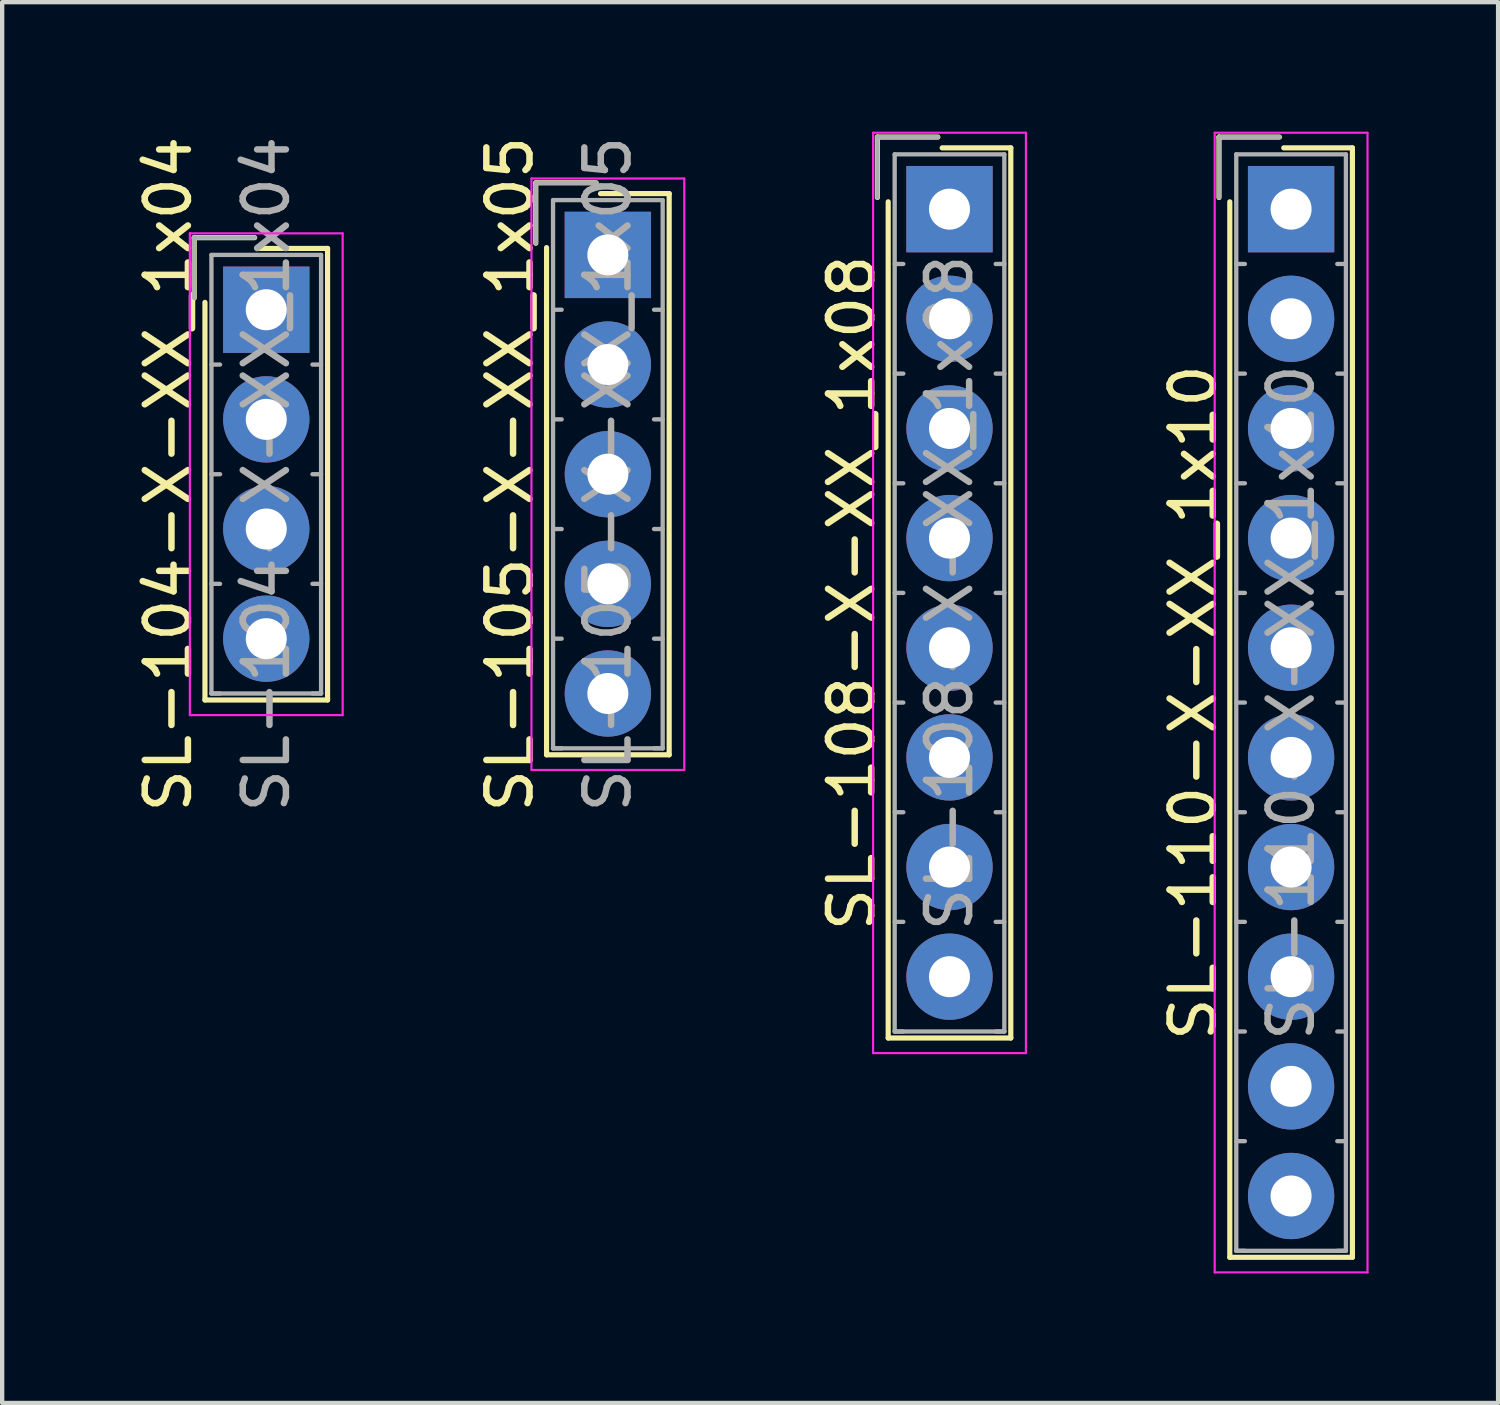
<source format=kicad_pcb>
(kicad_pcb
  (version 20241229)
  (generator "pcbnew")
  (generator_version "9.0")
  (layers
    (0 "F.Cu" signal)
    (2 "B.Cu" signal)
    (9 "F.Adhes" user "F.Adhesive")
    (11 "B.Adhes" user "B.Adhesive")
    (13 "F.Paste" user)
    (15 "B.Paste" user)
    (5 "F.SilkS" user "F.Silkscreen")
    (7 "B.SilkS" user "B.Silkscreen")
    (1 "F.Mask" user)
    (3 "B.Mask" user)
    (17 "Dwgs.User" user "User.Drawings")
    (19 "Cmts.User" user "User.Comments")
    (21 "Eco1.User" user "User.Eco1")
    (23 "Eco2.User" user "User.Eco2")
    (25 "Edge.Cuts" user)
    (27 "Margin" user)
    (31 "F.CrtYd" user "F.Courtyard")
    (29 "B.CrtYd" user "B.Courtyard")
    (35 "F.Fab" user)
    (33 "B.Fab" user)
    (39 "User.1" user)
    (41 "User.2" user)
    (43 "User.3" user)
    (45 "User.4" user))
  (footprint "SL-108-X-XX_1x08"
    (layer "F.Cu")
    (at 18.945 1.795)
    (property "Reference" "SL-108-X-XX_1x08" (at -2.27 8.89 90) (layer "F.SilkS") (effects (font (size 1 1) (thickness 0.15))))
    (attr through_hole)
    (fp_line (start -1.67 -1.67) (end -1.67 -0.27) (stroke (width 0.12) (type solid)) (layer "F.SilkS"))
    (fp_line (start -1.42 19.2) (end -1.42 -0.17) (stroke (width 0.12) (type solid)) (layer "F.SilkS"))
    (fp_line (start -0.27 -1.67) (end -1.67 -1.67) (stroke (width 0.12) (type solid)) (layer "F.SilkS"))
    (fp_line (start -0.17 -1.42) (end 1.42 -1.42) (stroke (width 0.12) (type solid)) (layer "F.SilkS"))
    (fp_line (start 1.42 -1.42) (end 1.42 19.2) (stroke (width 0.12) (type solid)) (layer "F.SilkS"))
    (fp_line (start 1.42 19.2) (end -1.42 19.2) (stroke (width 0.12) (type solid)) (layer "F.SilkS"))
    (fp_line (start -1.77 -1.77) (end -1.77 19.55) (stroke (width 0.05) (type solid)) (layer "F.CrtYd"))
    (fp_line (start -1.77 19.55) (end 1.77 19.55) (stroke (width 0.05) (type solid)) (layer "F.CrtYd"))
    (fp_line (start 1.77 -1.77) (end -1.77 -1.77) (stroke (width 0.05) (type solid)) (layer "F.CrtYd"))
    (fp_line (start 1.77 19.55) (end 1.77 -1.77) (stroke (width 0.05) (type solid)) (layer "F.CrtYd"))
    (fp_line (start -1.67 -1.67) (end -1.67 -0.27) (stroke (width 0.1) (type solid)) (layer "F.Fab"))
    (fp_line (start -1.27 -1.27) (end -1.27 19.05) (stroke (width 0.1) (type solid)) (layer "F.Fab"))
    (fp_line (start -1.27 1.27) (end -1.07 1.27) (stroke (width 0.1) (type solid)) (layer "F.Fab"))
    (fp_line (start -1.27 3.81) (end -1.07 3.81) (stroke (width 0.1) (type solid)) (layer "F.Fab"))
    (fp_line (start -1.27 6.35) (end -1.07 6.35) (stroke (width 0.1) (type solid)) (layer "F.Fab"))
    (fp_line (start -1.27 8.89) (end -1.07 8.89) (stroke (width 0.1) (type solid)) (layer "F.Fab"))
    (fp_line (start -1.27 11.43) (end -1.07 11.43) (stroke (width 0.1) (type solid)) (layer "F.Fab"))
    (fp_line (start -1.27 13.97) (end -1.07 13.97) (stroke (width 0.1) (type solid)) (layer "F.Fab"))
    (fp_line (start -1.27 16.51) (end -1.07 16.51) (stroke (width 0.1) (type solid)) (layer "F.Fab"))
    (fp_line (start -1.27 19.05) (end -1.07 19.05) (stroke (width 0.1) (type solid)) (layer "F.Fab"))
    (fp_line (start -1.27 19.05) (end 1.27 19.05) (stroke (width 0.1) (type solid)) (layer "F.Fab"))
    (fp_line (start -0.27 -1.67) (end -1.67 -1.67) (stroke (width 0.1) (type solid)) (layer "F.Fab"))
    (fp_line (start 1.27 -1.27) (end -1.27 -1.27) (stroke (width 0.1) (type solid)) (layer "F.Fab"))
    (fp_line (start 1.27 1.27) (end 1.07 1.27) (stroke (width 0.1) (type solid)) (layer "F.Fab"))
    (fp_line (start 1.27 3.81) (end 1.07 3.81) (stroke (width 0.1) (type solid)) (layer "F.Fab"))
    (fp_line (start 1.27 6.35) (end 1.07 6.35) (stroke (width 0.1) (type solid)) (layer "F.Fab"))
    (fp_line (start 1.27 8.89) (end 1.07 8.89) (stroke (width 0.1) (type solid)) (layer "F.Fab"))
    (fp_line (start 1.27 11.43) (end 1.07 11.43) (stroke (width 0.1) (type solid)) (layer "F.Fab"))
    (fp_line (start 1.27 13.97) (end 1.07 13.97) (stroke (width 0.1) (type solid)) (layer "F.Fab"))
    (fp_line (start 1.27 16.51) (end 1.07 16.51) (stroke (width 0.1) (type solid)) (layer "F.Fab"))
    (fp_line (start 1.27 19.05) (end 1.07 19.05) (stroke (width 0.1) (type solid)) (layer "F.Fab"))
    (fp_line (start 1.27 19.05) (end 1.27 -1.27) (stroke (width 0.1) (type solid)) (layer "F.Fab"))
    (fp_text user "${REFERENCE}" (at 0 8.89 90) (layer "F.Fab") (effects (font (size 1 1) (thickness 0.15))))
    (pad "1" thru_hole rect (at 0 0) (size 2 2) (drill 0.95) (layers "*.Cu" "*.Mask"))
    (pad "2" thru_hole circle (at 0 2.54) (size 2 2) (drill 0.95) (layers "*.Cu" "*.Mask"))
    (pad "3" thru_hole circle (at 0 5.08) (size 2 2) (drill 0.95) (layers "*.Cu" "*.Mask"))
    (pad "4" thru_hole circle (at 0 7.62) (size 2 2) (drill 0.95) (layers "*.Cu" "*.Mask"))
    (pad "5" thru_hole circle (at 0 10.16) (size 2 2) (drill 0.95) (layers "*.Cu" "*.Mask"))
    (pad "6" thru_hole circle (at 0 12.7) (size 2 2) (drill 0.95) (layers "*.Cu" "*.Mask"))
    (pad "7" thru_hole circle (at 0 15.24) (size 2 2) (drill 0.95) (layers "*.Cu" "*.Mask"))
    (pad "8" thru_hole circle (at 0 17.78) (size 2 2) (drill 0.95) (layers "*.Cu" "*.Mask")))
  (footprint "SL-104-X-XX_1x04"
    (layer "F.Cu")
    (at 3.118 4.125)
    (property "Reference" "SL-104-X-XX_1x04" (at -2.27 3.81 90) (layer "F.SilkS") (effects (font (size 1 1) (thickness 0.15))))
    (attr through_hole)
    (fp_line (start -1.67 -1.67) (end -1.67 -0.27) (stroke (width 0.12) (type solid)) (layer "F.SilkS"))
    (fp_line (start -1.42 9.04) (end -1.42 -0.17) (stroke (width 0.12) (type solid)) (layer "F.SilkS"))
    (fp_line (start -0.27 -1.67) (end -1.67 -1.67) (stroke (width 0.12) (type solid)) (layer "F.SilkS"))
    (fp_line (start -0.17 -1.42) (end 1.42 -1.42) (stroke (width 0.12) (type solid)) (layer "F.SilkS"))
    (fp_line (start 1.42 -1.42) (end 1.42 9.04) (stroke (width 0.12) (type solid)) (layer "F.SilkS"))
    (fp_line (start 1.42 9.04) (end -1.42 9.04) (stroke (width 0.12) (type solid)) (layer "F.SilkS"))
    (fp_line (start -1.77 -1.77) (end -1.77 9.39) (stroke (width 0.05) (type solid)) (layer "F.CrtYd"))
    (fp_line (start -1.77 9.39) (end 1.77 9.39) (stroke (width 0.05) (type solid)) (layer "F.CrtYd"))
    (fp_line (start 1.77 -1.77) (end -1.77 -1.77) (stroke (width 0.05) (type solid)) (layer "F.CrtYd"))
    (fp_line (start 1.77 9.39) (end 1.77 -1.77) (stroke (width 0.05) (type solid)) (layer "F.CrtYd"))
    (fp_line (start -1.67 -1.67) (end -1.67 -0.27) (stroke (width 0.1) (type solid)) (layer "F.Fab"))
    (fp_line (start -1.27 -1.27) (end -1.27 8.89) (stroke (width 0.1) (type solid)) (layer "F.Fab"))
    (fp_line (start -1.27 1.27) (end -1.07 1.27) (stroke (width 0.1) (type solid)) (layer "F.Fab"))
    (fp_line (start -1.27 3.81) (end -1.07 3.81) (stroke (width 0.1) (type solid)) (layer "F.Fab"))
    (fp_line (start -1.27 6.35) (end -1.07 6.35) (stroke (width 0.1) (type solid)) (layer "F.Fab"))
    (fp_line (start -1.27 8.89) (end -1.07 8.89) (stroke (width 0.1) (type solid)) (layer "F.Fab"))
    (fp_line (start -1.27 8.89) (end 1.27 8.89) (stroke (width 0.1) (type solid)) (layer "F.Fab"))
    (fp_line (start -0.27 -1.67) (end -1.67 -1.67) (stroke (width 0.1) (type solid)) (layer "F.Fab"))
    (fp_line (start 1.27 -1.27) (end -1.27 -1.27) (stroke (width 0.1) (type solid)) (layer "F.Fab"))
    (fp_line (start 1.27 1.27) (end 1.07 1.27) (stroke (width 0.1) (type solid)) (layer "F.Fab"))
    (fp_line (start 1.27 3.81) (end 1.07 3.81) (stroke (width 0.1) (type solid)) (layer "F.Fab"))
    (fp_line (start 1.27 6.35) (end 1.07 6.35) (stroke (width 0.1) (type solid)) (layer "F.Fab"))
    (fp_line (start 1.27 8.89) (end 1.07 8.89) (stroke (width 0.1) (type solid)) (layer "F.Fab"))
    (fp_line (start 1.27 8.89) (end 1.27 -1.27) (stroke (width 0.1) (type solid)) (layer "F.Fab"))
    (fp_text user "${REFERENCE}" (at 0 3.81 90) (layer "F.Fab") (effects (font (size 1 1) (thickness 0.15))))
    (pad "1" thru_hole rect (at 0 0) (size 2 2) (drill 0.95) (layers "*.Cu" "*.Mask"))
    (pad "2" thru_hole circle (at 0 2.54) (size 2 2) (drill 0.95) (layers "*.Cu" "*.Mask"))
    (pad "3" thru_hole circle (at 0 5.08) (size 2 2) (drill 0.95) (layers "*.Cu" "*.Mask"))
    (pad "4" thru_hole circle (at 0 7.62) (size 2 2) (drill 0.95) (layers "*.Cu" "*.Mask")))
  (footprint "SL-110-X-XX_1x10"
    (layer "F.Cu")
    (at 26.858 1.795)
    (property "Reference" "SL-110-X-XX_1x10" (at -2.27 11.43 90) (layer "F.SilkS") (effects (font (size 1 1) (thickness 0.15))))
    (attr through_hole)
    (fp_line (start -1.67 -1.67) (end -1.67 -0.27) (stroke (width 0.12) (type solid)) (layer "F.SilkS"))
    (fp_line (start -1.42 24.28) (end -1.42 -0.17) (stroke (width 0.12) (type solid)) (layer "F.SilkS"))
    (fp_line (start -0.27 -1.67) (end -1.67 -1.67) (stroke (width 0.12) (type solid)) (layer "F.SilkS"))
    (fp_line (start -0.17 -1.42) (end 1.42 -1.42) (stroke (width 0.12) (type solid)) (layer "F.SilkS"))
    (fp_line (start 1.42 -1.42) (end 1.42 24.28) (stroke (width 0.12) (type solid)) (layer "F.SilkS"))
    (fp_line (start 1.42 24.28) (end -1.42 24.28) (stroke (width 0.12) (type solid)) (layer "F.SilkS"))
    (fp_line (start -1.77 -1.77) (end -1.77 24.63) (stroke (width 0.05) (type solid)) (layer "F.CrtYd"))
    (fp_line (start -1.77 24.63) (end 1.77 24.63) (stroke (width 0.05) (type solid)) (layer "F.CrtYd"))
    (fp_line (start 1.77 -1.77) (end -1.77 -1.77) (stroke (width 0.05) (type solid)) (layer "F.CrtYd"))
    (fp_line (start 1.77 24.63) (end 1.77 -1.77) (stroke (width 0.05) (type solid)) (layer "F.CrtYd"))
    (fp_line (start -1.67 -1.67) (end -1.67 -0.27) (stroke (width 0.1) (type solid)) (layer "F.Fab"))
    (fp_line (start -1.27 -1.27) (end -1.27 24.13) (stroke (width 0.1) (type solid)) (layer "F.Fab"))
    (fp_line (start -1.27 1.27) (end -1.07 1.27) (stroke (width 0.1) (type solid)) (layer "F.Fab"))
    (fp_line (start -1.27 3.81) (end -1.07 3.81) (stroke (width 0.1) (type solid)) (layer "F.Fab"))
    (fp_line (start -1.27 6.35) (end -1.07 6.35) (stroke (width 0.1) (type solid)) (layer "F.Fab"))
    (fp_line (start -1.27 8.89) (end -1.07 8.89) (stroke (width 0.1) (type solid)) (layer "F.Fab"))
    (fp_line (start -1.27 11.43) (end -1.07 11.43) (stroke (width 0.1) (type solid)) (layer "F.Fab"))
    (fp_line (start -1.27 13.97) (end -1.07 13.97) (stroke (width 0.1) (type solid)) (layer "F.Fab"))
    (fp_line (start -1.27 16.51) (end -1.07 16.51) (stroke (width 0.1) (type solid)) (layer "F.Fab"))
    (fp_line (start -1.27 19.05) (end -1.07 19.05) (stroke (width 0.1) (type solid)) (layer "F.Fab"))
    (fp_line (start -1.27 21.59) (end -1.07 21.59) (stroke (width 0.1) (type solid)) (layer "F.Fab"))
    (fp_line (start -1.27 24.13) (end -1.07 24.13) (stroke (width 0.1) (type solid)) (layer "F.Fab"))
    (fp_line (start -1.27 24.13) (end 1.27 24.13) (stroke (width 0.1) (type solid)) (layer "F.Fab"))
    (fp_line (start -0.27 -1.67) (end -1.67 -1.67) (stroke (width 0.1) (type solid)) (layer "F.Fab"))
    (fp_line (start 1.27 -1.27) (end -1.27 -1.27) (stroke (width 0.1) (type solid)) (layer "F.Fab"))
    (fp_line (start 1.27 1.27) (end 1.07 1.27) (stroke (width 0.1) (type solid)) (layer "F.Fab"))
    (fp_line (start 1.27 3.81) (end 1.07 3.81) (stroke (width 0.1) (type solid)) (layer "F.Fab"))
    (fp_line (start 1.27 6.35) (end 1.07 6.35) (stroke (width 0.1) (type solid)) (layer "F.Fab"))
    (fp_line (start 1.27 8.89) (end 1.07 8.89) (stroke (width 0.1) (type solid)) (layer "F.Fab"))
    (fp_line (start 1.27 11.43) (end 1.07 11.43) (stroke (width 0.1) (type solid)) (layer "F.Fab"))
    (fp_line (start 1.27 13.97) (end 1.07 13.97) (stroke (width 0.1) (type solid)) (layer "F.Fab"))
    (fp_line (start 1.27 16.51) (end 1.07 16.51) (stroke (width 0.1) (type solid)) (layer "F.Fab"))
    (fp_line (start 1.27 19.05) (end 1.07 19.05) (stroke (width 0.1) (type solid)) (layer "F.Fab"))
    (fp_line (start 1.27 21.59) (end 1.07 21.59) (stroke (width 0.1) (type solid)) (layer "F.Fab"))
    (fp_line (start 1.27 24.13) (end 1.07 24.13) (stroke (width 0.1) (type solid)) (layer "F.Fab"))
    (fp_line (start 1.27 24.13) (end 1.27 -1.27) (stroke (width 0.1) (type solid)) (layer "F.Fab"))
    (fp_text user "${REFERENCE}" (at 0 11.43 90) (layer "F.Fab") (effects (font (size 1 1) (thickness 0.15))))
    (pad "1" thru_hole rect (at 0 0) (size 2 2) (drill 0.95) (layers "*.Cu" "*.Mask"))
    (pad "2" thru_hole circle (at 0 2.54) (size 2 2) (drill 0.95) (layers "*.Cu" "*.Mask"))
    (pad "3" thru_hole circle (at 0 5.08) (size 2 2) (drill 0.95) (layers "*.Cu" "*.Mask"))
    (pad "4" thru_hole circle (at 0 7.62) (size 2 2) (drill 0.95) (layers "*.Cu" "*.Mask"))
    (pad "5" thru_hole circle (at 0 10.16) (size 2 2) (drill 0.95) (layers "*.Cu" "*.Mask"))
    (pad "6" thru_hole circle (at 0 12.7) (size 2 2) (drill 0.95) (layers "*.Cu" "*.Mask"))
    (pad "7" thru_hole circle (at 0 15.24) (size 2 2) (drill 0.95) (layers "*.Cu" "*.Mask"))
    (pad "8" thru_hole circle (at 0 17.78) (size 2 2) (drill 0.95) (layers "*.Cu" "*.Mask"))
    (pad "9" thru_hole circle (at 0 20.32) (size 2 2) (drill 0.95) (layers "*.Cu" "*.Mask"))
    (pad "10" thru_hole circle (at 0 22.86) (size 2 2) (drill 0.95) (layers "*.Cu" "*.Mask")))
  (footprint "SL-105-X-XX_1x05"
    (layer "F.Cu")
    (at 11.031 2.855)
    (property "Reference" "SL-105-X-XX_1x05" (at -2.27 5.08 90) (layer "F.SilkS") (effects (font (size 1 1) (thickness 0.15))))
    (attr through_hole)
    (fp_line (start -1.67 -1.67) (end -1.67 -0.27) (stroke (width 0.12) (type solid)) (layer "F.SilkS"))
    (fp_line (start -1.42 11.58) (end -1.42 -0.17) (stroke (width 0.12) (type solid)) (layer "F.SilkS"))
    (fp_line (start -0.27 -1.67) (end -1.67 -1.67) (stroke (width 0.12) (type solid)) (layer "F.SilkS"))
    (fp_line (start -0.17 -1.42) (end 1.42 -1.42) (stroke (width 0.12) (type solid)) (layer "F.SilkS"))
    (fp_line (start 1.42 -1.42) (end 1.42 11.58) (stroke (width 0.12) (type solid)) (layer "F.SilkS"))
    (fp_line (start 1.42 11.58) (end -1.42 11.58) (stroke (width 0.12) (type solid)) (layer "F.SilkS"))
    (fp_line (start -1.77 -1.77) (end -1.77 11.93) (stroke (width 0.05) (type solid)) (layer "F.CrtYd"))
    (fp_line (start -1.77 11.93) (end 1.77 11.93) (stroke (width 0.05) (type solid)) (layer "F.CrtYd"))
    (fp_line (start 1.77 -1.77) (end -1.77 -1.77) (stroke (width 0.05) (type solid)) (layer "F.CrtYd"))
    (fp_line (start 1.77 11.93) (end 1.77 -1.77) (stroke (width 0.05) (type solid)) (layer "F.CrtYd"))
    (fp_line (start -1.67 -1.67) (end -1.67 -0.27) (stroke (width 0.1) (type solid)) (layer "F.Fab"))
    (fp_line (start -1.27 -1.27) (end -1.27 11.43) (stroke (width 0.1) (type solid)) (layer "F.Fab"))
    (fp_line (start -1.27 1.27) (end -1.07 1.27) (stroke (width 0.1) (type solid)) (layer "F.Fab"))
    (fp_line (start -1.27 3.81) (end -1.07 3.81) (stroke (width 0.1) (type solid)) (layer "F.Fab"))
    (fp_line (start -1.27 6.35) (end -1.07 6.35) (stroke (width 0.1) (type solid)) (layer "F.Fab"))
    (fp_line (start -1.27 8.89) (end -1.07 8.89) (stroke (width 0.1) (type solid)) (layer "F.Fab"))
    (fp_line (start -1.27 11.43) (end -1.07 11.43) (stroke (width 0.1) (type solid)) (layer "F.Fab"))
    (fp_line (start -1.27 11.43) (end 1.27 11.43) (stroke (width 0.1) (type solid)) (layer "F.Fab"))
    (fp_line (start -0.27 -1.67) (end -1.67 -1.67) (stroke (width 0.1) (type solid)) (layer "F.Fab"))
    (fp_line (start 1.27 -1.27) (end -1.27 -1.27) (stroke (width 0.1) (type solid)) (layer "F.Fab"))
    (fp_line (start 1.27 1.27) (end 1.07 1.27) (stroke (width 0.1) (type solid)) (layer "F.Fab"))
    (fp_line (start 1.27 3.81) (end 1.07 3.81) (stroke (width 0.1) (type solid)) (layer "F.Fab"))
    (fp_line (start 1.27 6.35) (end 1.07 6.35) (stroke (width 0.1) (type solid)) (layer "F.Fab"))
    (fp_line (start 1.27 8.89) (end 1.07 8.89) (stroke (width 0.1) (type solid)) (layer "F.Fab"))
    (fp_line (start 1.27 11.43) (end 1.07 11.43) (stroke (width 0.1) (type solid)) (layer "F.Fab"))
    (fp_line (start 1.27 11.43) (end 1.27 -1.27) (stroke (width 0.1) (type solid)) (layer "F.Fab"))
    (fp_text user "${REFERENCE}" (at 0 5.08 90) (layer "F.Fab") (effects (font (size 1 1) (thickness 0.15))))
    (pad "1" thru_hole rect (at 0 0) (size 2 2) (drill 0.95) (layers "*.Cu" "*.Mask"))
    (pad "2" thru_hole circle (at 0 2.54) (size 2 2) (drill 0.95) (layers "*.Cu" "*.Mask"))
    (pad "3" thru_hole circle (at 0 5.08) (size 2 2) (drill 0.95) (layers "*.Cu" "*.Mask"))
    (pad "4" thru_hole circle (at 0 7.62) (size 2 2) (drill 0.95) (layers "*.Cu" "*.Mask"))
    (pad "5" thru_hole circle (at 0 10.16) (size 2 2) (drill 0.95) (layers "*.Cu" "*.Mask")))
  (gr_rect
    (start -3 -3)
    (end 31.653 29.45)
    (stroke (width 0.1) (type default))
    (fill no)
    (layer "Edge.Cuts")))
</source>
